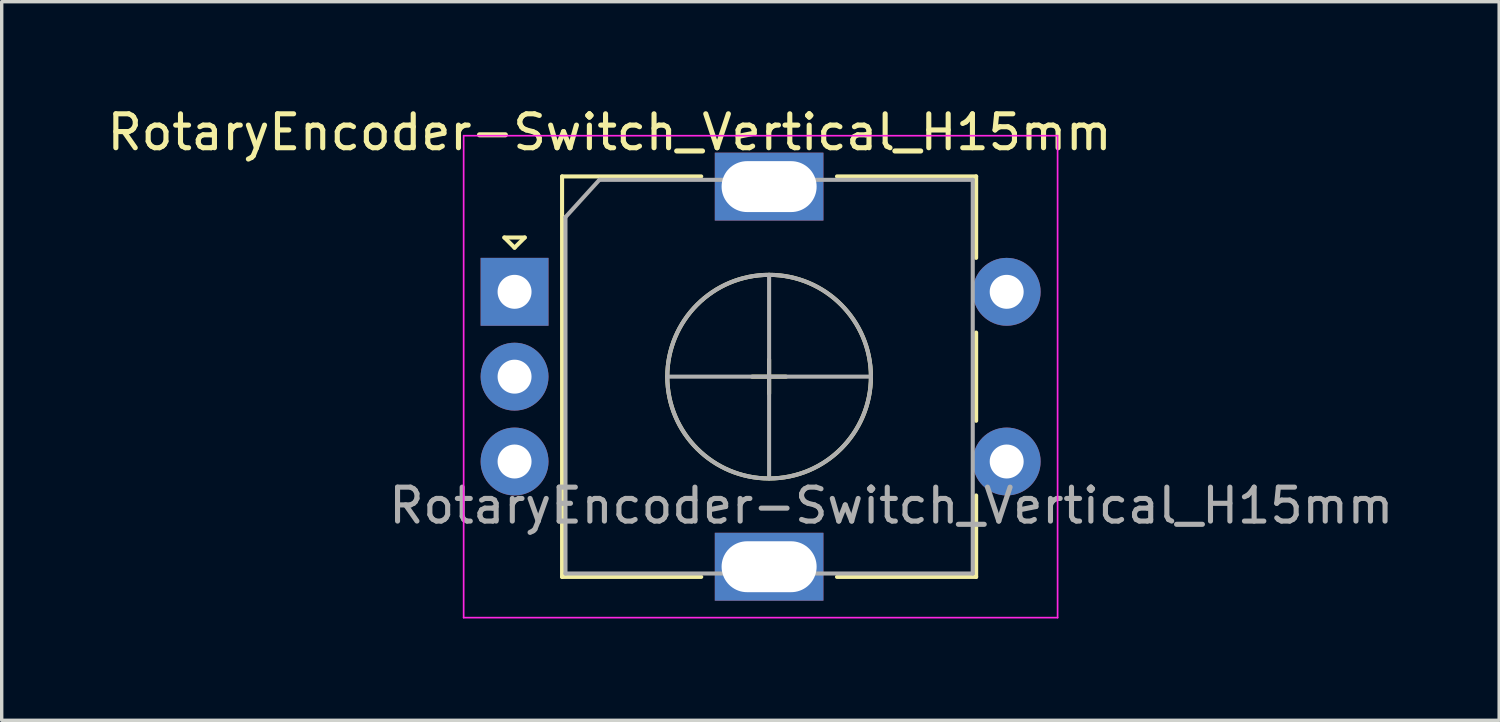
<source format=kicad_pcb>
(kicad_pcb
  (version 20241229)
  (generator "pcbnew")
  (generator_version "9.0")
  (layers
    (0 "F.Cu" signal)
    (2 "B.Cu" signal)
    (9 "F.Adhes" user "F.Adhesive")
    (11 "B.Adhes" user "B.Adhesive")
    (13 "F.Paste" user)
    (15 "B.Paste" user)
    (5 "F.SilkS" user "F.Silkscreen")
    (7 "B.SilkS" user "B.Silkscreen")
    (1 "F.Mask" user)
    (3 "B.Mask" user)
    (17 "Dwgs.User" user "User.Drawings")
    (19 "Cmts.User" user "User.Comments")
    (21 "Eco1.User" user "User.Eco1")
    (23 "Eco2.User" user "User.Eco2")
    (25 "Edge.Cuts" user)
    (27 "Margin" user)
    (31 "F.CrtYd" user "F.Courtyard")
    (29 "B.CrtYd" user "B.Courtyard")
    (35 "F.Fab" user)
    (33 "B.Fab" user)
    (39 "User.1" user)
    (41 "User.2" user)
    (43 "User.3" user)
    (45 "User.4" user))
  (footprint "RotaryEncoder-Switch_Vertical_H15mm"
    (layer "F.Cu")
    (at 12.111 5.548)
    (property "Reference" "RotaryEncoder-Switch_Vertical_H15mm" (at 2.8 -4.7 0) (layer "F.SilkS") (effects (font (size 1 1) (thickness 0.15))))
    (attr through_hole)
    (fp_line (start -0.3 -1.6) (end 0.3 -1.6) (stroke (width 0.12) (type solid)) (layer "F.SilkS"))
    (fp_line (start 0 -1.3) (end -0.3 -1.6) (stroke (width 0.12) (type solid)) (layer "F.SilkS"))
    (fp_line (start 0.3 -1.6) (end 0 -1.3) (stroke (width 0.12) (type solid)) (layer "F.SilkS"))
    (fp_line (start 1.4 -3.4) (end 1.4 8.4) (stroke (width 0.12) (type solid)) (layer "F.SilkS"))
    (fp_line (start 5.5 -3.4) (end 1.4 -3.4) (stroke (width 0.12) (type solid)) (layer "F.SilkS"))
    (fp_line (start 5.5 8.4) (end 1.4 8.4) (stroke (width 0.12) (type solid)) (layer "F.SilkS"))
    (fp_line (start 7 2.5) (end 8 2.5) (stroke (width 0.12) (type solid)) (layer "F.SilkS"))
    (fp_line (start 7.5 2) (end 7.5 3) (stroke (width 0.12) (type solid)) (layer "F.SilkS"))
    (fp_line (start 9.5 -3.4) (end 13.6 -3.4) (stroke (width 0.12) (type solid)) (layer "F.SilkS"))
    (fp_line (start 13.6 -3.4) (end 13.6 -1) (stroke (width 0.12) (type solid)) (layer "F.SilkS"))
    (fp_line (start 13.6 1.2) (end 13.6 3.8) (stroke (width 0.12) (type solid)) (layer "F.SilkS"))
    (fp_line (start 13.6 6) (end 13.6 8.4) (stroke (width 0.12) (type solid)) (layer "F.SilkS"))
    (fp_line (start 13.6 8.4) (end 9.5 8.4) (stroke (width 0.12) (type solid)) (layer "F.SilkS"))
    (fp_circle (center 7.5 2.5) (end 10.5 2.5) (stroke (width 0.12) (type solid)) (fill no) (layer "F.SilkS"))
    (fp_line (start -1.5 -4.6) (end -1.5 9.6) (stroke (width 0.05) (type solid)) (layer "F.CrtYd"))
    (fp_line (start -1.5 -4.6) (end 16 -4.6) (stroke (width 0.05) (type solid)) (layer "F.CrtYd"))
    (fp_line (start 16 9.6) (end -1.5 9.6) (stroke (width 0.05) (type solid)) (layer "F.CrtYd"))
    (fp_line (start 16 9.6) (end 16 -4.6) (stroke (width 0.05) (type solid)) (layer "F.CrtYd"))
    (fp_line (start 1.5 -2.2) (end 2.5 -3.3) (stroke (width 0.12) (type solid)) (layer "F.Fab"))
    (fp_line (start 1.5 8.3) (end 1.5 -2.2) (stroke (width 0.12) (type solid)) (layer "F.Fab"))
    (fp_line (start 2.5 -3.3) (end 13.5 -3.3) (stroke (width 0.12) (type solid)) (layer "F.Fab"))
    (fp_line (start 4.5 2.5) (end 10.5 2.5) (stroke (width 0.12) (type solid)) (layer "F.Fab"))
    (fp_line (start 7.5 -0.5) (end 7.5 5.5) (stroke (width 0.12) (type solid)) (layer "F.Fab"))
    (fp_line (start 13.5 -3.3) (end 13.5 8.3) (stroke (width 0.12) (type solid)) (layer "F.Fab"))
    (fp_line (start 13.5 8.3) (end 1.5 8.3) (stroke (width 0.12) (type solid)) (layer "F.Fab"))
    (fp_circle (center 7.5 2.5) (end 10.5 2.5) (stroke (width 0.12) (type solid)) (fill no) (layer "F.Fab"))
    (fp_text user "${REFERENCE}" (at 11.1 6.3 0) (layer "F.Fab") (effects (font (size 1 1) (thickness 0.15))))
    (pad "A" thru_hole rect (at 0 0) (size 2 2) (drill 1) (layers "*.Cu" "*.Mask"))
    (pad "B" thru_hole circle (at 0 5) (size 2 2) (drill 1) (layers "*.Cu" "*.Mask"))
    (pad "C" thru_hole circle (at 0 2.5) (size 2 2) (drill 1) (layers "*.Cu" "*.Mask"))
    (pad "MP" thru_hole rect (at 7.5 -3.1) (size 3.2 2) (drill oval 2.8 1.5) (layers "*.Cu" "*.Mask"))
    (pad "MP" thru_hole rect (at 7.5 8.1) (size 3.2 2) (drill oval 2.8 1.5) (layers "*.Cu" "*.Mask"))
    (pad "S1" thru_hole circle (at 14.5 5) (size 2 2) (drill 1) (layers "*.Cu" "*.Mask"))
    (pad "S2" thru_hole circle (at 14.5 0) (size 2 2) (drill 1) (layers "*.Cu" "*.Mask")))
  (gr_rect
    (start -3 -3)
    (end 41.121 18.173)
    (stroke (width 0.1) (type default))
    (fill no)
    (layer "Edge.Cuts")))
</source>
